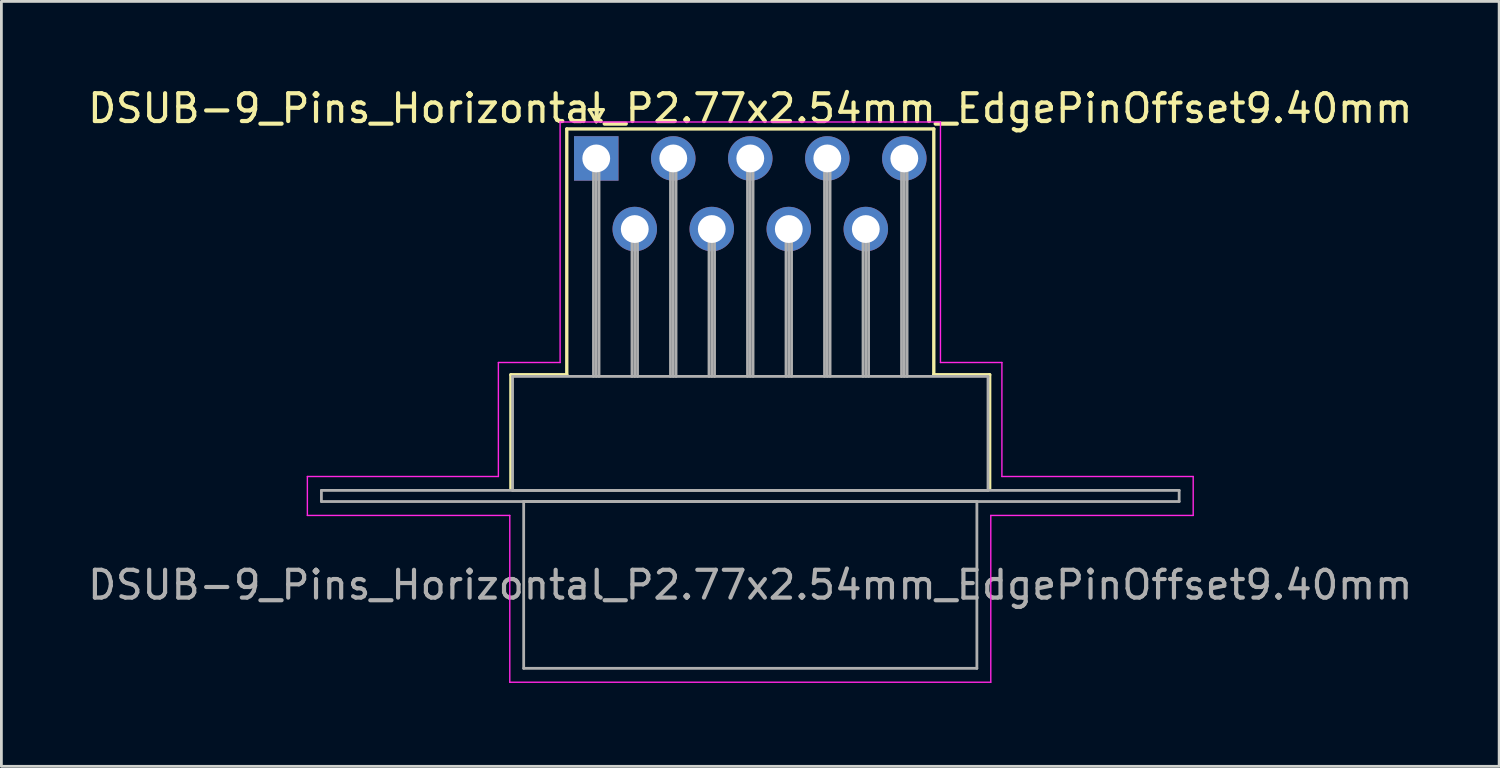
<source format=kicad_pcb>
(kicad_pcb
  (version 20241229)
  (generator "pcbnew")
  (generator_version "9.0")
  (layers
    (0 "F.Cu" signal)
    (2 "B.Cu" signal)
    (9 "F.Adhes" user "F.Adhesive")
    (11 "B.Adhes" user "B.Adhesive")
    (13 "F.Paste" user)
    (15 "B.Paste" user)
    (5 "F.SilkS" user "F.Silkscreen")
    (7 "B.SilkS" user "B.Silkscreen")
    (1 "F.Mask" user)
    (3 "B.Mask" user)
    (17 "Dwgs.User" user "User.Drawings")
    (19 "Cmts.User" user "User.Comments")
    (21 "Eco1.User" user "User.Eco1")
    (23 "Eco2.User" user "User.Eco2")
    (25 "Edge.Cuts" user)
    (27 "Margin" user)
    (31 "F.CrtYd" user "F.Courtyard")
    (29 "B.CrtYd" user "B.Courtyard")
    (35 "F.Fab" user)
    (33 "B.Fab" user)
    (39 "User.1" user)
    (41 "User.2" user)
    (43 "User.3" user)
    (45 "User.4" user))
  (footprint "DSUB-9_Pins_Horizontal_P2.77x2.54mm_EdgePinOffset9.40mm"
    (layer "F.Cu")
    (at 18.395 2.648)
    (property "Reference" "DSUB-9_Pins_Horizontal_P2.77x2.54mm_EdgePinOffset9.40mm" (at 5.54 -1.8 0) (layer "F.SilkS") (effects (font (size 1 1) (thickness 0.15))))
    (attr through_hole)
    (fp_line (start -3.07 7.78) (end -1.06 7.78) (stroke (width 0.12) (type solid)) (layer "F.SilkS"))
    (fp_line (start -3.07 11.88) (end -3.07 7.78) (stroke (width 0.12) (type solid)) (layer "F.SilkS"))
    (fp_line (start -1.06 -1.06) (end 12.14 -1.06) (stroke (width 0.12) (type solid)) (layer "F.SilkS"))
    (fp_line (start -1.06 7.78) (end -1.06 -1.06) (stroke (width 0.12) (type solid)) (layer "F.SilkS"))
    (fp_line (start -0.25 -1.754) (end 0.25 -1.754) (stroke (width 0.12) (type solid)) (layer "F.SilkS"))
    (fp_line (start 0 -1.321) (end -0.25 -1.754) (stroke (width 0.12) (type solid)) (layer "F.SilkS"))
    (fp_line (start 0.25 -1.754) (end 0 -1.321) (stroke (width 0.12) (type solid)) (layer "F.SilkS"))
    (fp_line (start 12.14 -1.06) (end 12.14 7.78) (stroke (width 0.12) (type solid)) (layer "F.SilkS"))
    (fp_line (start 12.14 7.78) (end 14.15 7.78) (stroke (width 0.12) (type solid)) (layer "F.SilkS"))
    (fp_line (start 14.15 7.78) (end 14.15 11.88) (stroke (width 0.12) (type solid)) (layer "F.SilkS"))
    (fp_line (start -10.39 11.44) (end -3.52 11.44) (stroke (width 0.05) (type solid)) (layer "F.CrtYd"))
    (fp_line (start -10.39 12.84) (end -10.39 11.44) (stroke (width 0.05) (type solid)) (layer "F.CrtYd"))
    (fp_line (start -3.52 7.34) (end -1.3 7.34) (stroke (width 0.05) (type solid)) (layer "F.CrtYd"))
    (fp_line (start -3.52 11.44) (end -3.52 7.34) (stroke (width 0.05) (type solid)) (layer "F.CrtYd"))
    (fp_line (start -3.11 12.84) (end -10.39 12.84) (stroke (width 0.05) (type solid)) (layer "F.CrtYd"))
    (fp_line (start -3.11 18.84) (end -3.11 12.84) (stroke (width 0.05) (type solid)) (layer "F.CrtYd"))
    (fp_line (start -1.3 -1.31) (end 12.38 -1.31) (stroke (width 0.05) (type solid)) (layer "F.CrtYd"))
    (fp_line (start -1.3 7.34) (end -1.3 -1.31) (stroke (width 0.05) (type solid)) (layer "F.CrtYd"))
    (fp_line (start 12.38 -1.31) (end 12.38 7.34) (stroke (width 0.05) (type solid)) (layer "F.CrtYd"))
    (fp_line (start 12.38 7.34) (end 14.59 7.34) (stroke (width 0.05) (type solid)) (layer "F.CrtYd"))
    (fp_line (start 14.19 12.84) (end 14.19 18.84) (stroke (width 0.05) (type solid)) (layer "F.CrtYd"))
    (fp_line (start 14.19 18.84) (end -3.11 18.84) (stroke (width 0.05) (type solid)) (layer "F.CrtYd"))
    (fp_line (start 14.59 7.34) (end 14.59 11.44) (stroke (width 0.05) (type solid)) (layer "F.CrtYd"))
    (fp_line (start 14.59 11.44) (end 21.47 11.44) (stroke (width 0.05) (type solid)) (layer "F.CrtYd"))
    (fp_line (start 21.47 11.44) (end 21.47 12.84) (stroke (width 0.05) (type solid)) (layer "F.CrtYd"))
    (fp_line (start 21.47 12.84) (end 14.19 12.84) (stroke (width 0.05) (type solid)) (layer "F.CrtYd"))
    (fp_line (start -9.885 11.94) (end -9.885 12.34) (stroke (width 0.1) (type solid)) (layer "F.Fab"))
    (fp_line (start -9.885 12.34) (end 20.965 12.34) (stroke (width 0.1) (type solid)) (layer "F.Fab"))
    (fp_line (start -3.01 7.84) (end -3.01 11.94) (stroke (width 0.1) (type solid)) (layer "F.Fab"))
    (fp_line (start -3.01 11.94) (end 14.09 11.94) (stroke (width 0.1) (type solid)) (layer "F.Fab"))
    (fp_line (start -2.61 12.34) (end -2.61 18.34) (stroke (width 0.1) (type solid)) (layer "F.Fab"))
    (fp_line (start -2.61 18.34) (end 13.69 18.34) (stroke (width 0.1) (type solid)) (layer "F.Fab"))
    (fp_line (start -0.1 0) (end -0.1 7.84) (stroke (width 0.1) (type solid)) (layer "F.Fab"))
    (fp_line (start 0 0) (end 0 7.84) (stroke (width 0.1) (type solid)) (layer "F.Fab"))
    (fp_line (start 0.1 0) (end 0.1 7.84) (stroke (width 0.1) (type solid)) (layer "F.Fab"))
    (fp_line (start 1.285 2.54) (end 1.285 7.84) (stroke (width 0.1) (type solid)) (layer "F.Fab"))
    (fp_line (start 1.385 2.54) (end 1.385 7.84) (stroke (width 0.1) (type solid)) (layer "F.Fab"))
    (fp_line (start 1.485 2.54) (end 1.485 7.84) (stroke (width 0.1) (type solid)) (layer "F.Fab"))
    (fp_line (start 2.67 0) (end 2.67 7.84) (stroke (width 0.1) (type solid)) (layer "F.Fab"))
    (fp_line (start 2.77 0) (end 2.77 7.84) (stroke (width 0.1) (type solid)) (layer "F.Fab"))
    (fp_line (start 2.87 0) (end 2.87 7.84) (stroke (width 0.1) (type solid)) (layer "F.Fab"))
    (fp_line (start 4.055 2.54) (end 4.055 7.84) (stroke (width 0.1) (type solid)) (layer "F.Fab"))
    (fp_line (start 4.155 2.54) (end 4.155 7.84) (stroke (width 0.1) (type solid)) (layer "F.Fab"))
    (fp_line (start 4.255 2.54) (end 4.255 7.84) (stroke (width 0.1) (type solid)) (layer "F.Fab"))
    (fp_line (start 5.44 0) (end 5.44 7.84) (stroke (width 0.1) (type solid)) (layer "F.Fab"))
    (fp_line (start 5.54 0) (end 5.54 7.84) (stroke (width 0.1) (type solid)) (layer "F.Fab"))
    (fp_line (start 5.64 0) (end 5.64 7.84) (stroke (width 0.1) (type solid)) (layer "F.Fab"))
    (fp_line (start 6.825 2.54) (end 6.825 7.84) (stroke (width 0.1) (type solid)) (layer "F.Fab"))
    (fp_line (start 6.925 2.54) (end 6.925 7.84) (stroke (width 0.1) (type solid)) (layer "F.Fab"))
    (fp_line (start 7.025 2.54) (end 7.025 7.84) (stroke (width 0.1) (type solid)) (layer "F.Fab"))
    (fp_line (start 8.21 0) (end 8.21 7.84) (stroke (width 0.1) (type solid)) (layer "F.Fab"))
    (fp_line (start 8.31 0) (end 8.31 7.84) (stroke (width 0.1) (type solid)) (layer "F.Fab"))
    (fp_line (start 8.41 0) (end 8.41 7.84) (stroke (width 0.1) (type solid)) (layer "F.Fab"))
    (fp_line (start 9.595 2.54) (end 9.595 7.84) (stroke (width 0.1) (type solid)) (layer "F.Fab"))
    (fp_line (start 9.695 2.54) (end 9.695 7.84) (stroke (width 0.1) (type solid)) (layer "F.Fab"))
    (fp_line (start 9.795 2.54) (end 9.795 7.84) (stroke (width 0.1) (type solid)) (layer "F.Fab"))
    (fp_line (start 10.98 0) (end 10.98 7.84) (stroke (width 0.1) (type solid)) (layer "F.Fab"))
    (fp_line (start 11.08 0) (end 11.08 7.84) (stroke (width 0.1) (type solid)) (layer "F.Fab"))
    (fp_line (start 11.18 0) (end 11.18 7.84) (stroke (width 0.1) (type solid)) (layer "F.Fab"))
    (fp_line (start 13.69 12.34) (end -2.61 12.34) (stroke (width 0.1) (type solid)) (layer "F.Fab"))
    (fp_line (start 13.69 18.34) (end 13.69 12.34) (stroke (width 0.1) (type solid)) (layer "F.Fab"))
    (fp_line (start 14.09 7.84) (end -3.01 7.84) (stroke (width 0.1) (type solid)) (layer "F.Fab"))
    (fp_line (start 14.09 11.94) (end 14.09 7.84) (stroke (width 0.1) (type solid)) (layer "F.Fab"))
    (fp_line (start 20.965 11.94) (end -9.885 11.94) (stroke (width 0.1) (type solid)) (layer "F.Fab"))
    (fp_line (start 20.965 12.34) (end 20.965 11.94) (stroke (width 0.1) (type solid)) (layer "F.Fab"))
    (fp_text user "${REFERENCE}" (at 5.54 15.34 0) (layer "F.Fab") (effects (font (size 1 1) (thickness 0.15))))
    (pad "1" thru_hole rect (at 0 0) (size 1.6 1.6) (drill 1) (layers "*.Cu" "*.Mask"))
    (pad "2" thru_hole circle (at 2.77 0) (size 1.6 1.6) (drill 1) (layers "*.Cu" "*.Mask"))
    (pad "3" thru_hole circle (at 5.54 0) (size 1.6 1.6) (drill 1) (layers "*.Cu" "*.Mask"))
    (pad "4" thru_hole circle (at 8.31 0) (size 1.6 1.6) (drill 1) (layers "*.Cu" "*.Mask"))
    (pad "5" thru_hole circle (at 11.08 0) (size 1.6 1.6) (drill 1) (layers "*.Cu" "*.Mask"))
    (pad "6" thru_hole circle (at 1.385 2.54) (size 1.6 1.6) (drill 1) (layers "*.Cu" "*.Mask"))
    (pad "7" thru_hole circle (at 4.155 2.54) (size 1.6 1.6) (drill 1) (layers "*.Cu" "*.Mask"))
    (pad "8" thru_hole circle (at 6.925 2.54) (size 1.6 1.6) (drill 1) (layers "*.Cu" "*.Mask"))
    (pad "9" thru_hole circle (at 9.695 2.54) (size 1.6 1.6) (drill 1) (layers "*.Cu" "*.Mask")))
  (gr_rect
    (start -3 -3)
    (end 50.869 24.513)
    (stroke (width 0.1) (type default))
    (fill no)
    (layer "Edge.Cuts")))
</source>
